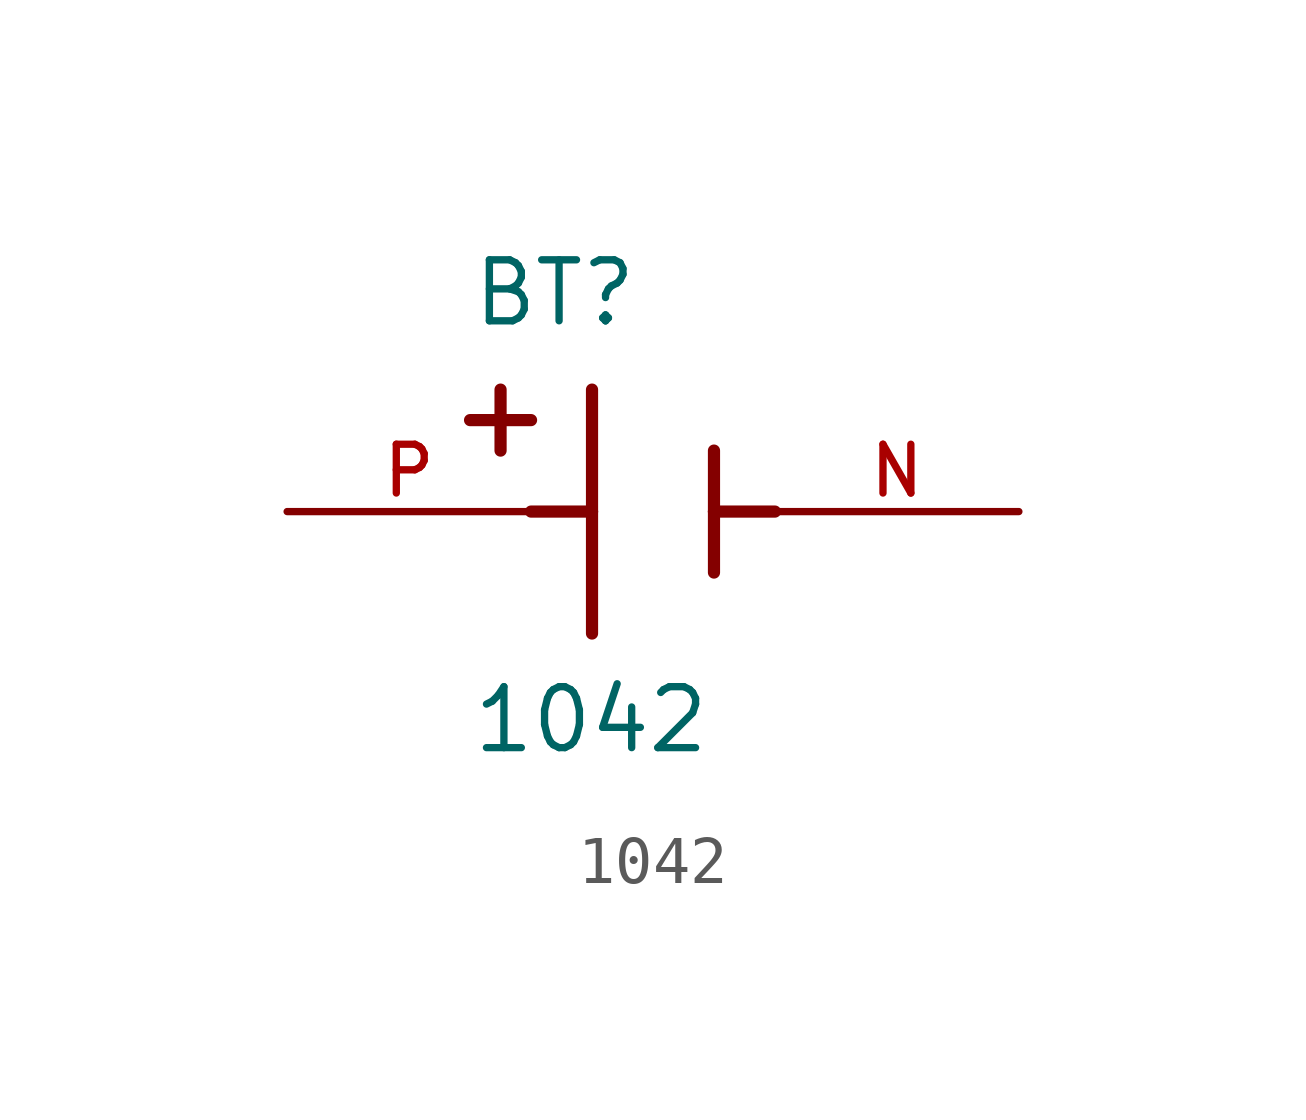
<source format=kicad_sym>
(kicad_symbol_lib
  (version 20211014)
  (generator kicad_symbol_editor)
  (symbol "1042"
    (pin_names
      (offset 1.016))
    (property "Reference" "BT"
      (at -3.81 3.81 0)
      (effects (font (size 1.27 1.27)) (justify bottom left)))
    (property "Value" "1042"
      (at -3.81 -5.08 0)
      (effects (font (size 1.27 1.27)) (justify bottom left)))
    (symbol "1042_0_0"
      (polyline (pts (xy -1.27 2.54) (xy -1.27 0.0)) (stroke (width 0.254)))
      (polyline (pts (xy -1.27 0.0) (xy -1.27 -2.54)) (stroke (width 0.254)))
      (polyline (pts (xy 1.27 1.27) (xy 1.27 0.0)) (stroke (width 0.254)))
      (polyline (pts (xy 1.27 0.0) (xy 1.27 -1.27)) (stroke (width 0.254)))
      (polyline (pts (xy -1.27 0.0) (xy -2.54 0.0)) (stroke (width 0.254)))
      (polyline (pts (xy 1.27 0.0) (xy 2.54 0.0)) (stroke (width 0.254)))
      (polyline (pts (xy -3.175 2.54) (xy -3.175 1.27)) (stroke (width 0.254)))
      (polyline (pts (xy -3.81 1.905) (xy -2.54 1.905)) (stroke (width 0.254)))
      (pin passive line (at -7.62 0.0 0) (length 5.08) (name "~" (effects (font (size 1.016 1.016)))) (number "P" (effects (font (size 1.016 1.016)))))
      (pin passive line (at 7.62 0.0 180.0) (length 5.08) (name "~" (effects (font (size 1.016 1.016)))) (number "N" (effects (font (size 1.016 1.016))))))))
</source>
